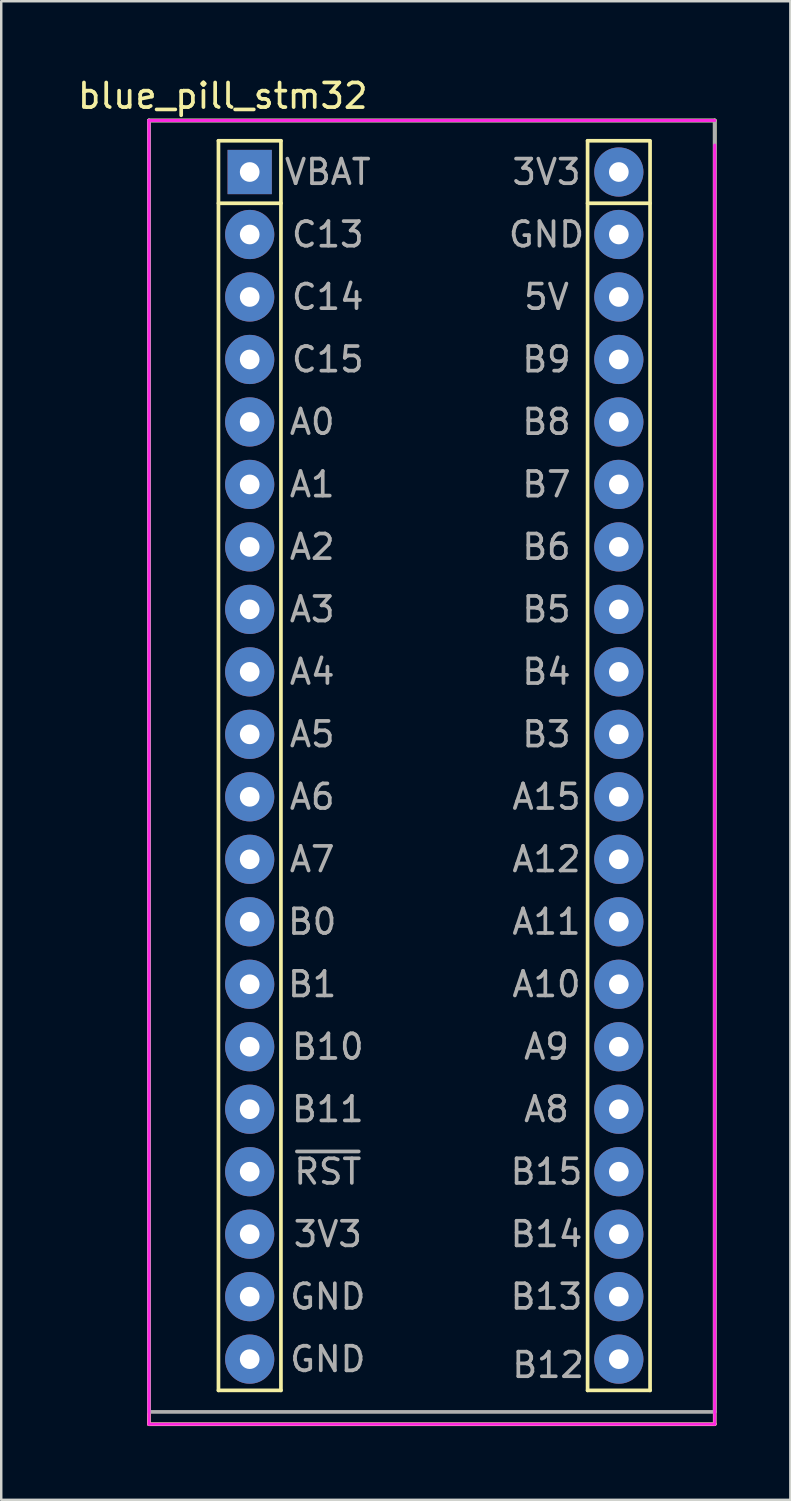
<source format=kicad_pcb>
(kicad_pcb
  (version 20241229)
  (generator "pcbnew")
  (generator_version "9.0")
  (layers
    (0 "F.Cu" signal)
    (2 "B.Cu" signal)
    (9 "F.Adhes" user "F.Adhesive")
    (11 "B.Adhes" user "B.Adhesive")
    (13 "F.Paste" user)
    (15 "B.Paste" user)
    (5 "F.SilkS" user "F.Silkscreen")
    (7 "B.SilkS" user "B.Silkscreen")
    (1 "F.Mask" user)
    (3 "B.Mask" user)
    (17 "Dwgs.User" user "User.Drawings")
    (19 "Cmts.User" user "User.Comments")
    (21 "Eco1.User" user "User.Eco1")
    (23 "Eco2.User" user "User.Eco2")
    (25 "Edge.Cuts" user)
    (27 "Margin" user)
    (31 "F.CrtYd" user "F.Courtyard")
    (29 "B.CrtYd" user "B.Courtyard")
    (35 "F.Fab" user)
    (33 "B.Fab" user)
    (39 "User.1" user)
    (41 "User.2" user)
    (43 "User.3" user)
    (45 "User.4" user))
  (footprint "blue_pill_stm32"
    (layer "F.Cu")
    (at 7.101 3.943)
    (property "Reference" "blue_pill_stm32" (at -1.095 -3.095 0) (layer "F.SilkS") (effects (font (size 1 1) (thickness 0.15))))
    (attr through_hole)
    (fp_line (start -4.095 -2.095) (end 18.905 -2.095) (stroke (width 0.15) (type solid)) (layer "F.SilkS"))
    (fp_line (start -4.095 50.905) (end -4.095 -2.095) (stroke (width 0.15) (type solid)) (layer "F.SilkS"))
    (fp_line (start -1.27 -1.27) (end 1.27 -1.27) (stroke (width 0.15) (type solid)) (layer "F.SilkS"))
    (fp_line (start -1.27 1.27) (end 1.27 1.27) (stroke (width 0.15) (type solid)) (layer "F.SilkS"))
    (fp_line (start -1.27 49.53) (end -1.27 -1.27) (stroke (width 0.15) (type solid)) (layer "F.SilkS"))
    (fp_line (start -1.27 49.53) (end 1.27 49.53) (stroke (width 0.15) (type solid)) (layer "F.SilkS"))
    (fp_line (start 1.27 -1.27) (end 1.27 49.53) (stroke (width 0.15) (type solid)) (layer "F.SilkS"))
    (fp_line (start 13.736 -1.27) (end 13.736 49.53) (stroke (width 0.15) (type solid)) (layer "F.SilkS"))
    (fp_line (start 13.736 -1.27) (end 16.256 -1.27) (stroke (width 0.15) (type solid)) (layer "F.SilkS"))
    (fp_line (start 13.736 1.27) (end 16.276 1.27) (stroke (width 0.15) (type solid)) (layer "F.SilkS"))
    (fp_line (start 13.736 49.53) (end 16.276 49.53) (stroke (width 0.15) (type solid)) (layer "F.SilkS"))
    (fp_line (start 16.276 -1.27) (end 16.276 49.53) (stroke (width 0.15) (type solid)) (layer "F.SilkS"))
    (fp_line (start 18.905 -2.095) (end 18.905 50.905) (stroke (width 0.15) (type solid)) (layer "F.SilkS"))
    (fp_line (start 18.905 50.905) (end -4.095 50.905) (stroke (width 0.15) (type solid)) (layer "F.SilkS"))
    (fp_line (start -4.095 -2.095) (end 18.905 -2.095) (stroke (width 0.12) (type solid)) (layer "F.CrtYd"))
    (fp_line (start -4.095 50.905) (end -4.095 -2.095) (stroke (width 0.12) (type solid)) (layer "F.CrtYd"))
    (fp_line (start 18.905 -1.095) (end 18.905 50.905) (stroke (width 0.12) (type solid)) (layer "F.CrtYd"))
    (fp_line (start 18.905 50.905) (end -4.095 50.905) (stroke (width 0.12) (type solid)) (layer "F.CrtYd"))
    (fp_line (start -4.095 -2.095) (end 18.905 -2.095) (stroke (width 0.15) (type solid)) (layer "F.Fab"))
    (fp_line (start -4.095 50.405) (end -4.095 -2.095) (stroke (width 0.15) (type solid)) (layer "F.Fab"))
    (fp_line (start 18.905 -2.095) (end 18.905 50.405) (stroke (width 0.15) (type solid)) (layer "F.Fab"))
    (fp_line (start 18.905 50.405) (end -4.095 50.405) (stroke (width 0.15) (type solid)) (layer "F.Fab"))
    (fp_text user "~{RST}" (at 3.175 40.64 0) (layer "F.Fab") (effects (font (size 1 1) (thickness 0.15))))
    (fp_text user "B4" (at 12.065 20.32 0) (layer "F.Fab") (effects (font (size 1 1) (thickness 0.15))))
    (fp_text user "B9" (at 12.065 7.62 0) (layer "F.Fab") (effects (font (size 1 1) (thickness 0.15))))
    (fp_text user "C15" (at 3.175 7.62 0) (layer "F.Fab") (effects (font (size 1 1) (thickness 0.15))))
    (fp_text user "B0" (at 2.54 30.48 0) (layer "F.Fab") (effects (font (size 1 1) (thickness 0.15))))
    (fp_text user "B12" (at 12.135 48.5 0) (layer "F.Fab") (effects (font (size 1 1) (thickness 0.15))))
    (fp_text user "B7" (at 12.065 12.7 0) (layer "F.Fab") (effects (font (size 1 1) (thickness 0.15))))
    (fp_text user "A1" (at 2.54 12.7 0) (layer "F.Fab") (effects (font (size 1 1) (thickness 0.15))))
    (fp_text user "B13" (at 12.065 45.72 0) (layer "F.Fab") (effects (font (size 1 1) (thickness 0.15))))
    (fp_text user "B8" (at 12.065 10.16 0) (layer "F.Fab") (effects (font (size 1 1) (thickness 0.15))))
    (fp_text user "A15" (at 12.065 25.4 0) (layer "F.Fab") (effects (font (size 1 1) (thickness 0.15))))
    (fp_text user "B1" (at 2.54 33.02 0) (layer "F.Fab") (effects (font (size 1 1) (thickness 0.15))))
    (fp_text user "A12" (at 12.065 27.94 0) (layer "F.Fab") (effects (font (size 1 1) (thickness 0.15))))
    (fp_text user "A8" (at 12.065 38.1 0) (layer "F.Fab") (effects (font (size 1 1) (thickness 0.15))))
    (fp_text user "A2" (at 2.54 15.24 0) (layer "F.Fab") (effects (font (size 1 1) (thickness 0.15))))
    (fp_text user "B14" (at 12.065 43.18 0) (layer "F.Fab") (effects (font (size 1 1) (thickness 0.15))))
    (fp_text user "C14" (at 3.175 5.08 0) (layer "F.Fab") (effects (font (size 1 1) (thickness 0.15))))
    (fp_text user "VBAT" (at 3.175 0 0) (layer "F.Fab") (effects (font (size 1 1) (thickness 0.15))))
    (fp_text user "A0" (at 2.54 10.16 0) (layer "F.Fab") (effects (font (size 1 1) (thickness 0.15))))
    (fp_text user "A11" (at 12.065 30.48 0) (layer "F.Fab") (effects (font (size 1 1) (thickness 0.15))))
    (fp_text user "3V3" (at 12.065 0 0) (layer "F.Fab") (effects (font (size 1 1) (thickness 0.15))))
    (fp_text user "B15" (at 12.065 40.64 0) (layer "F.Fab") (effects (font (size 1 1) (thickness 0.15))))
    (fp_text user "GND" (at 3.175 45.72 0) (layer "F.Fab") (effects (font (size 1 1) (thickness 0.15))))
    (fp_text user "GND" (at 12.065 2.54 0) (layer "F.Fab") (effects (font (size 1 1) (thickness 0.15))))
    (fp_text user "A9" (at 12.065 35.56 0) (layer "F.Fab") (effects (font (size 1 1) (thickness 0.15))))
    (fp_text user "B6" (at 12.065 15.24 0) (layer "F.Fab") (effects (font (size 1 1) (thickness 0.15))))
    (fp_text user "A4" (at 2.54 20.32 0) (layer "F.Fab") (effects (font (size 1 1) (thickness 0.15))))
    (fp_text user "A5" (at 2.54 22.86 0) (layer "F.Fab") (effects (font (size 1 1) (thickness 0.15))))
    (fp_text user "A3" (at 2.54 17.78 0) (layer "F.Fab") (effects (font (size 1 1) (thickness 0.15))))
    (fp_text user "B3" (at 12.065 22.86 0) (layer "F.Fab") (effects (font (size 1 1) (thickness 0.15))))
    (fp_text user "A10" (at 12.065 33.02 0) (layer "F.Fab") (effects (font (size 1 1) (thickness 0.15))))
    (fp_text user "5V" (at 12.065 5.08 0) (layer "F.Fab") (effects (font (size 1 1) (thickness 0.15))))
    (fp_text user "B11" (at 3.175 38.1 0) (layer "F.Fab") (effects (font (size 1 1) (thickness 0.15))))
    (fp_text user "C13" (at 3.175 2.54 0) (layer "F.Fab") (effects (font (size 1 1) (thickness 0.15))))
    (fp_text user "B5" (at 12.065 17.78 0) (layer "F.Fab") (effects (font (size 1 1) (thickness 0.15))))
    (fp_text user "3V3" (at 3.175 43.18 0) (layer "F.Fab") (effects (font (size 1 1) (thickness 0.15))))
    (fp_text user "A6" (at 2.54 25.4 0) (layer "F.Fab") (effects (font (size 1 1) (thickness 0.15))))
    (fp_text user "B10" (at 3.175 35.56 0) (layer "F.Fab") (effects (font (size 1 1) (thickness 0.15))))
    (fp_text user "GND" (at 3.175 48.26 0) (layer "F.Fab") (effects (font (size 1 1) (thickness 0.15))))
    (fp_text user "A7" (at 2.54 27.94 0) (layer "F.Fab") (effects (font (size 1 1) (thickness 0.15))))
    (pad "1" thru_hole rect (at 0 0) (size 1.8 1.8) (drill 0.8) (layers "*.Cu" "*.Mask"))
    (pad "2" thru_hole circle (at 0 2.54) (size 2 2) (drill 0.8) (layers "*.Cu" "*.Mask"))
    (pad "3" thru_hole circle (at 0 5.08) (size 2 2) (drill 0.8) (layers "*.Cu" "*.Mask"))
    (pad "4" thru_hole circle (at 0 7.62) (size 2 2) (drill 0.8) (layers "*.Cu" "*.Mask"))
    (pad "5" thru_hole circle (at 0 10.16) (size 2 2) (drill 0.8) (layers "*.Cu" "*.Mask"))
    (pad "6" thru_hole circle (at 0 12.7) (size 2 2) (drill 0.8) (layers "*.Cu" "*.Mask"))
    (pad "7" thru_hole circle (at 0 15.24) (size 2 2) (drill 0.8) (layers "*.Cu" "*.Mask"))
    (pad "8" thru_hole circle (at 0 17.78) (size 2 2) (drill 0.8) (layers "*.Cu" "*.Mask"))
    (pad "9" thru_hole circle (at 0 20.32) (size 2 2) (drill 0.8) (layers "*.Cu" "*.Mask"))
    (pad "10" thru_hole circle (at 0 22.86) (size 2 2) (drill 0.8) (layers "*.Cu" "*.Mask"))
    (pad "11" thru_hole circle (at 0 25.4) (size 2 2) (drill 0.8) (layers "*.Cu" "*.Mask"))
    (pad "12" thru_hole circle (at 0 27.94) (size 2 2) (drill 0.8) (layers "*.Cu" "*.Mask"))
    (pad "13" thru_hole circle (at 0 30.48) (size 2 2) (drill 0.8) (layers "*.Cu" "*.Mask"))
    (pad "14" thru_hole circle (at 0 33.02) (size 2 2) (drill 0.8) (layers "*.Cu" "*.Mask"))
    (pad "15" thru_hole circle (at 0 35.56) (size 2 2) (drill 0.8) (layers "*.Cu" "*.Mask"))
    (pad "16" thru_hole circle (at 0 38.1) (size 2 2) (drill 0.8) (layers "*.Cu" "*.Mask"))
    (pad "17" thru_hole circle (at 0 40.64) (size 2 2) (drill 0.8) (layers "*.Cu" "*.Mask"))
    (pad "18" thru_hole circle (at 0 43.18) (size 2 2) (drill 0.8) (layers "*.Cu" "*.Mask"))
    (pad "19" thru_hole circle (at 0 45.72) (size 2 2) (drill 0.8) (layers "*.Cu" "*.Mask"))
    (pad "20" thru_hole circle (at 0 48.26) (size 2 2) (drill 0.8) (layers "*.Cu" "*.Mask"))
    (pad "21" thru_hole circle (at 15.006 0) (size 2 2) (drill 0.8) (layers "*.Cu" "*.Mask"))
    (pad "22" thru_hole circle (at 15.006 2.54) (size 2 2) (drill 0.8) (layers "*.Cu" "*.Mask"))
    (pad "23" thru_hole circle (at 15.006 5.08) (size 2 2) (drill 0.8) (layers "*.Cu" "*.Mask"))
    (pad "24" thru_hole circle (at 15.006 7.62) (size 2 2) (drill 0.8) (layers "*.Cu" "*.Mask"))
    (pad "25" thru_hole circle (at 15.006 10.16) (size 2 2) (drill 0.8) (layers "*.Cu" "*.Mask"))
    (pad "26" thru_hole circle (at 15.006 12.7) (size 2 2) (drill 0.8) (layers "*.Cu" "*.Mask"))
    (pad "27" thru_hole circle (at 15.006 15.24) (size 2 2) (drill 0.8) (layers "*.Cu" "*.Mask"))
    (pad "28" thru_hole circle (at 15.006 17.78) (size 2 2) (drill 0.8) (layers "*.Cu" "*.Mask"))
    (pad "29" thru_hole circle (at 15.006 20.32) (size 2 2) (drill 0.8) (layers "*.Cu" "*.Mask"))
    (pad "30" thru_hole circle (at 15.006 22.86) (size 2 2) (drill 0.8) (layers "*.Cu" "*.Mask"))
    (pad "31" thru_hole circle (at 15.006 25.4) (size 2 2) (drill 0.8) (layers "*.Cu" "*.Mask"))
    (pad "32" thru_hole circle (at 15.006 27.94) (size 2 2) (drill 0.8) (layers "*.Cu" "*.Mask"))
    (pad "33" thru_hole circle (at 15.006 30.48) (size 2 2) (drill 0.8) (layers "*.Cu" "*.Mask"))
    (pad "34" thru_hole circle (at 15.006 33.02) (size 2 2) (drill 0.8) (layers "*.Cu" "*.Mask"))
    (pad "35" thru_hole circle (at 15.006 35.56) (size 2 2) (drill 0.8) (layers "*.Cu" "*.Mask"))
    (pad "36" thru_hole circle (at 15.006 38.1) (size 2 2) (drill 0.8) (layers "*.Cu" "*.Mask"))
    (pad "37" thru_hole circle (at 15.006 40.64) (size 2 2) (drill 0.8) (layers "*.Cu" "*.Mask"))
    (pad "38" thru_hole circle (at 15.006 43.18) (size 2 2) (drill 0.8) (layers "*.Cu" "*.Mask"))
    (pad "39" thru_hole circle (at 15.006 45.72) (size 2 2) (drill 0.8) (layers "*.Cu" "*.Mask"))
    (pad "40" thru_hole circle (at 15.006 48.26) (size 2 2) (drill 0.8) (layers "*.Cu" "*.Mask")))
  (gr_rect
    (start -3 -3)
    (end 29.081 57.923)
    (stroke (width 0.1) (type default))
    (fill no)
    (layer "Edge.Cuts")))
</source>
